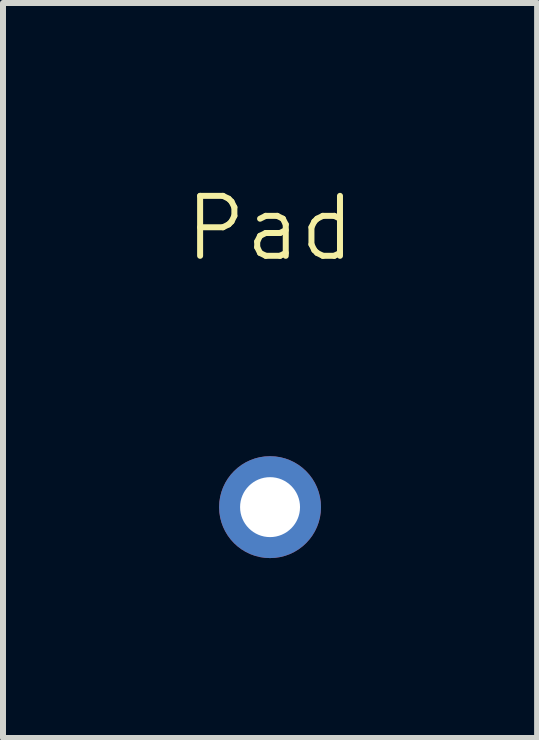
<source format=kicad_pcb>
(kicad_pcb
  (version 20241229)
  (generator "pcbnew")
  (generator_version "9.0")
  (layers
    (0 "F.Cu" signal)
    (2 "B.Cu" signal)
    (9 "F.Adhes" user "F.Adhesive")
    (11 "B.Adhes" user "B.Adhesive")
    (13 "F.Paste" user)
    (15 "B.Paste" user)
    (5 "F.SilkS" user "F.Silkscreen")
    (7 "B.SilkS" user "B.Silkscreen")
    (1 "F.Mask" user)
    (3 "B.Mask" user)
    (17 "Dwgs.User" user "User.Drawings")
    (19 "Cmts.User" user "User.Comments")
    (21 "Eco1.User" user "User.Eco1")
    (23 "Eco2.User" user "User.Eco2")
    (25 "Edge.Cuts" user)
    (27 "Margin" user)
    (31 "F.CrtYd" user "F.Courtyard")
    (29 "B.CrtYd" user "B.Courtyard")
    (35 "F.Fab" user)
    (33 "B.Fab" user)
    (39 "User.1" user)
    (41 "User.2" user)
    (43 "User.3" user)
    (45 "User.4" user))
  (footprint "Pad"
    (layer "F.Cu")
    (at 1.455 5.41)
    (property "Reference" "Pad" (at 0 -4.65 0) (unlocked yes) (layer "F.SilkS") (effects (font (size 1 1) (thickness 0.1))))
    (attr through_hole)
    (pad "1" thru_hole circle (at 0 0) (size 1.7 1.7) (drill 1) (layers "*.Cu" "*.Mask")))
  (gr_rect
    (start -3 -3)
    (end 5.91 9.261)
    (stroke (width 0.1) (type default))
    (fill no)
    (layer "Edge.Cuts")))
</source>
